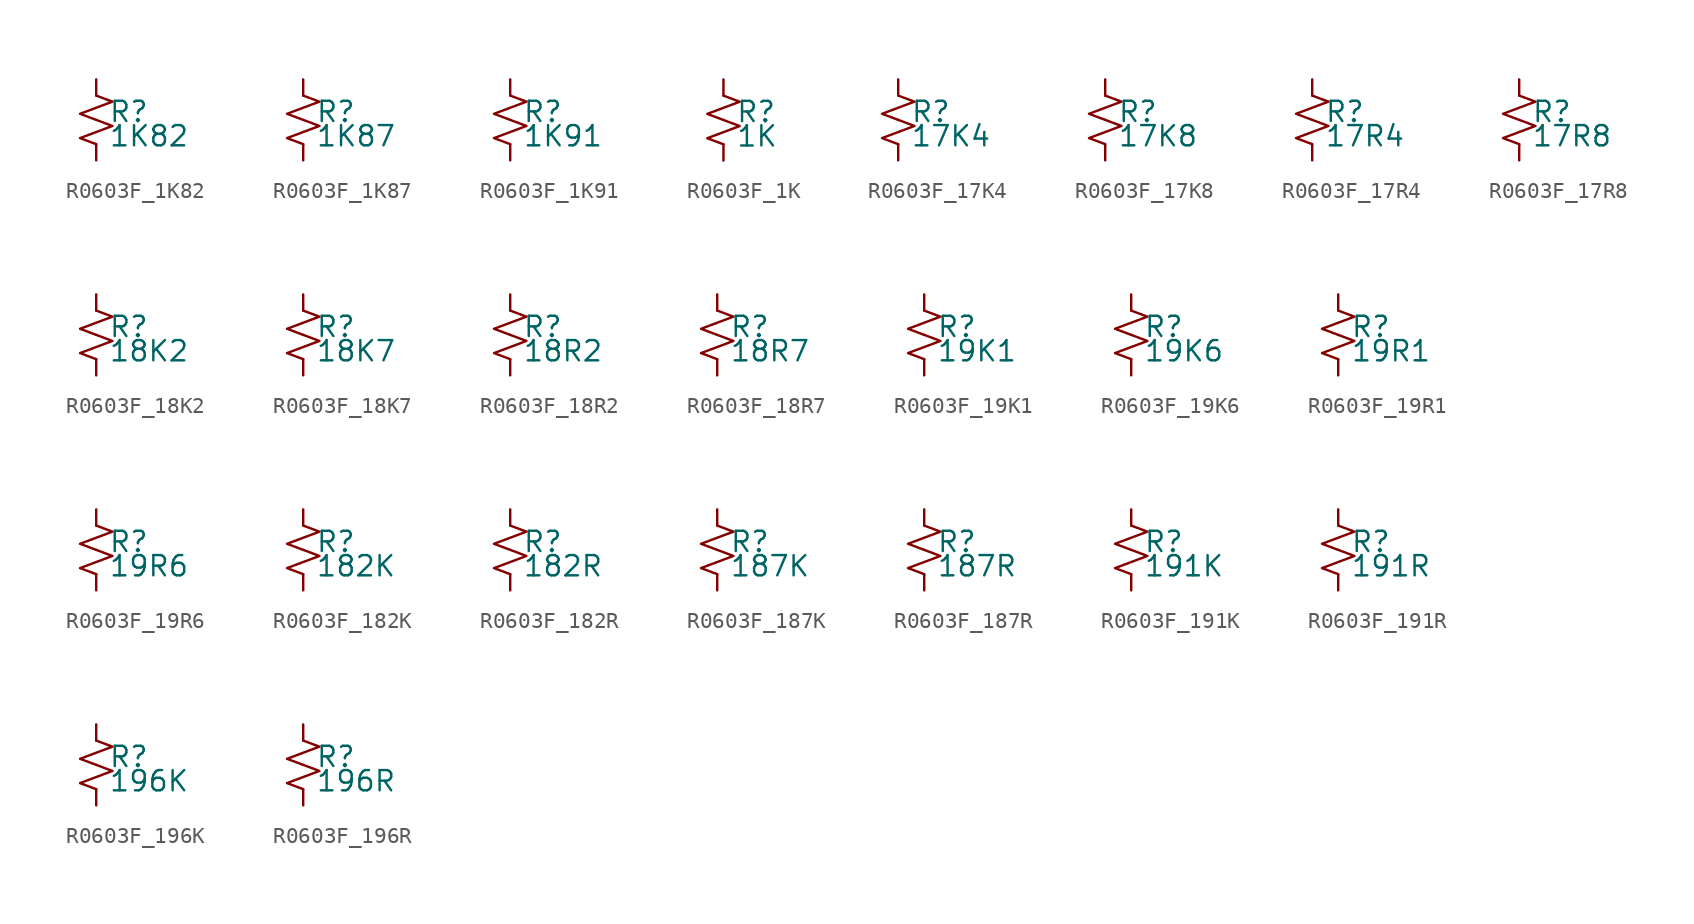
<source format=kicad_sym>
(kicad_symbol_lib
  (version 20220914)
  (generator kicad_symbol_editor)
  (symbol "R0603F_1K82"
    (pin_numbers hide)
    (pin_names
      (offset 0.254) hide)
    (property "Reference" "R"
      (at 0.762 0.508 0)
      (effects (font (size 1.27 1.27)) (justify left)))
    (property "Value" "1K82"
      (at 0.762 -1.016 0)
      (effects (font (size 1.27 1.27)) (justify left)))
    (symbol "R0603F_1K82_1_1"
      (polyline (pts (xy 0 0) (xy 1.016 -0.381) (xy 0 -0.762) (xy -1.016 -1.143) (xy 0 -1.524)) (stroke (width 0) (type default)) (fill (type none)))
      (polyline (pts (xy 0 1.524) (xy 1.016 1.143) (xy 0 0.762) (xy -1.016 0.381) (xy 0 0)) (stroke (width 0) (type default)) (fill (type none)))
      (pin passive line (at 0 2.54 270) (length 1.016) (name "~" (effects (font (size 1.27 1.27)))) (number "1" (effects (font (size 1.27 1.27)))))
      (pin passive line (at 0 -2.54 90) (length 1.016) (name "~" (effects (font (size 1.27 1.27)))) (number "2" (effects (font (size 1.27 1.27)))))))
  (symbol "R0603F_1K87"
    (pin_numbers hide)
    (pin_names
      (offset 0.254) hide)
    (property "Reference" "R"
      (at 0.762 0.508 0)
      (effects (font (size 1.27 1.27)) (justify left)))
    (property "Value" "1K87"
      (at 0.762 -1.016 0)
      (effects (font (size 1.27 1.27)) (justify left)))
    (symbol "R0603F_1K87_1_1"
      (polyline (pts (xy 0 0) (xy 1.016 -0.381) (xy 0 -0.762) (xy -1.016 -1.143) (xy 0 -1.524)) (stroke (width 0) (type default)) (fill (type none)))
      (polyline (pts (xy 0 1.524) (xy 1.016 1.143) (xy 0 0.762) (xy -1.016 0.381) (xy 0 0)) (stroke (width 0) (type default)) (fill (type none)))
      (pin passive line (at 0 2.54 270) (length 1.016) (name "~" (effects (font (size 1.27 1.27)))) (number "1" (effects (font (size 1.27 1.27)))))
      (pin passive line (at 0 -2.54 90) (length 1.016) (name "~" (effects (font (size 1.27 1.27)))) (number "2" (effects (font (size 1.27 1.27)))))))
  (symbol "R0603F_1K91"
    (pin_numbers hide)
    (pin_names
      (offset 0.254) hide)
    (property "Reference" "R"
      (at 0.762 0.508 0)
      (effects (font (size 1.27 1.27)) (justify left)))
    (property "Value" "1K91"
      (at 0.762 -1.016 0)
      (effects (font (size 1.27 1.27)) (justify left)))
    (symbol "R0603F_1K91_1_1"
      (polyline (pts (xy 0 0) (xy 1.016 -0.381) (xy 0 -0.762) (xy -1.016 -1.143) (xy 0 -1.524)) (stroke (width 0) (type default)) (fill (type none)))
      (polyline (pts (xy 0 1.524) (xy 1.016 1.143) (xy 0 0.762) (xy -1.016 0.381) (xy 0 0)) (stroke (width 0) (type default)) (fill (type none)))
      (pin passive line (at 0 2.54 270) (length 1.016) (name "~" (effects (font (size 1.27 1.27)))) (number "1" (effects (font (size 1.27 1.27)))))
      (pin passive line (at 0 -2.54 90) (length 1.016) (name "~" (effects (font (size 1.27 1.27)))) (number "2" (effects (font (size 1.27 1.27)))))))
  (symbol "R0603F_1K"
    (pin_numbers hide)
    (pin_names
      (offset 0.254) hide)
    (property "Reference" "R"
      (at 0.762 0.508 0)
      (effects (font (size 1.27 1.27)) (justify left)))
    (property "Value" "1K"
      (at 0.762 -1.016 0)
      (effects (font (size 1.27 1.27)) (justify left)))
    (symbol "R0603F_1K_1_1"
      (polyline (pts (xy 0 0) (xy 1.016 -0.381) (xy 0 -0.762) (xy -1.016 -1.143) (xy 0 -1.524)) (stroke (width 0) (type default)) (fill (type none)))
      (polyline (pts (xy 0 1.524) (xy 1.016 1.143) (xy 0 0.762) (xy -1.016 0.381) (xy 0 0)) (stroke (width 0) (type default)) (fill (type none)))
      (pin passive line (at 0 2.54 270) (length 1.016) (name "~" (effects (font (size 1.27 1.27)))) (number "1" (effects (font (size 1.27 1.27)))))
      (pin passive line (at 0 -2.54 90) (length 1.016) (name "~" (effects (font (size 1.27 1.27)))) (number "2" (effects (font (size 1.27 1.27)))))))
  (symbol "R0603F_17K4"
    (pin_numbers hide)
    (pin_names
      (offset 0.254) hide)
    (property "Reference" "R"
      (at 0.762 0.508 0)
      (effects (font (size 1.27 1.27)) (justify left)))
    (property "Value" "17K4"
      (at 0.762 -1.016 0)
      (effects (font (size 1.27 1.27)) (justify left)))
    (symbol "R0603F_17K4_1_1"
      (polyline (pts (xy 0 0) (xy 1.016 -0.381) (xy 0 -0.762) (xy -1.016 -1.143) (xy 0 -1.524)) (stroke (width 0) (type default)) (fill (type none)))
      (polyline (pts (xy 0 1.524) (xy 1.016 1.143) (xy 0 0.762) (xy -1.016 0.381) (xy 0 0)) (stroke (width 0) (type default)) (fill (type none)))
      (pin passive line (at 0 2.54 270) (length 1.016) (name "~" (effects (font (size 1.27 1.27)))) (number "1" (effects (font (size 1.27 1.27)))))
      (pin passive line (at 0 -2.54 90) (length 1.016) (name "~" (effects (font (size 1.27 1.27)))) (number "2" (effects (font (size 1.27 1.27)))))))
  (symbol "R0603F_17K8"
    (pin_numbers hide)
    (pin_names
      (offset 0.254) hide)
    (property "Reference" "R"
      (at 0.762 0.508 0)
      (effects (font (size 1.27 1.27)) (justify left)))
    (property "Value" "17K8"
      (at 0.762 -1.016 0)
      (effects (font (size 1.27 1.27)) (justify left)))
    (symbol "R0603F_17K8_1_1"
      (polyline (pts (xy 0 0) (xy 1.016 -0.381) (xy 0 -0.762) (xy -1.016 -1.143) (xy 0 -1.524)) (stroke (width 0) (type default)) (fill (type none)))
      (polyline (pts (xy 0 1.524) (xy 1.016 1.143) (xy 0 0.762) (xy -1.016 0.381) (xy 0 0)) (stroke (width 0) (type default)) (fill (type none)))
      (pin passive line (at 0 2.54 270) (length 1.016) (name "~" (effects (font (size 1.27 1.27)))) (number "1" (effects (font (size 1.27 1.27)))))
      (pin passive line (at 0 -2.54 90) (length 1.016) (name "~" (effects (font (size 1.27 1.27)))) (number "2" (effects (font (size 1.27 1.27)))))))
  (symbol "R0603F_17R4"
    (pin_numbers hide)
    (pin_names
      (offset 0.254) hide)
    (property "Reference" "R"
      (at 0.762 0.508 0)
      (effects (font (size 1.27 1.27)) (justify left)))
    (property "Value" "17R4"
      (at 0.762 -1.016 0)
      (effects (font (size 1.27 1.27)) (justify left)))
    (symbol "R0603F_17R4_1_1"
      (polyline (pts (xy 0 0) (xy 1.016 -0.381) (xy 0 -0.762) (xy -1.016 -1.143) (xy 0 -1.524)) (stroke (width 0) (type default)) (fill (type none)))
      (polyline (pts (xy 0 1.524) (xy 1.016 1.143) (xy 0 0.762) (xy -1.016 0.381) (xy 0 0)) (stroke (width 0) (type default)) (fill (type none)))
      (pin passive line (at 0 2.54 270) (length 1.016) (name "~" (effects (font (size 1.27 1.27)))) (number "1" (effects (font (size 1.27 1.27)))))
      (pin passive line (at 0 -2.54 90) (length 1.016) (name "~" (effects (font (size 1.27 1.27)))) (number "2" (effects (font (size 1.27 1.27)))))))
  (symbol "R0603F_17R8"
    (pin_numbers hide)
    (pin_names
      (offset 0.254) hide)
    (property "Reference" "R"
      (at 0.762 0.508 0)
      (effects (font (size 1.27 1.27)) (justify left)))
    (property "Value" "17R8"
      (at 0.762 -1.016 0)
      (effects (font (size 1.27 1.27)) (justify left)))
    (symbol "R0603F_17R8_1_1"
      (polyline (pts (xy 0 0) (xy 1.016 -0.381) (xy 0 -0.762) (xy -1.016 -1.143) (xy 0 -1.524)) (stroke (width 0) (type default)) (fill (type none)))
      (polyline (pts (xy 0 1.524) (xy 1.016 1.143) (xy 0 0.762) (xy -1.016 0.381) (xy 0 0)) (stroke (width 0) (type default)) (fill (type none)))
      (pin passive line (at 0 2.54 270) (length 1.016) (name "~" (effects (font (size 1.27 1.27)))) (number "1" (effects (font (size 1.27 1.27)))))
      (pin passive line (at 0 -2.54 90) (length 1.016) (name "~" (effects (font (size 1.27 1.27)))) (number "2" (effects (font (size 1.27 1.27)))))))
  (symbol "R0603F_18K2"
    (pin_numbers hide)
    (pin_names
      (offset 0.254) hide)
    (property "Reference" "R"
      (at 0.762 0.508 0)
      (effects (font (size 1.27 1.27)) (justify left)))
    (property "Value" "18K2"
      (at 0.762 -1.016 0)
      (effects (font (size 1.27 1.27)) (justify left)))
    (symbol "R0603F_18K2_1_1"
      (polyline (pts (xy 0 0) (xy 1.016 -0.381) (xy 0 -0.762) (xy -1.016 -1.143) (xy 0 -1.524)) (stroke (width 0) (type default)) (fill (type none)))
      (polyline (pts (xy 0 1.524) (xy 1.016 1.143) (xy 0 0.762) (xy -1.016 0.381) (xy 0 0)) (stroke (width 0) (type default)) (fill (type none)))
      (pin passive line (at 0 2.54 270) (length 1.016) (name "~" (effects (font (size 1.27 1.27)))) (number "1" (effects (font (size 1.27 1.27)))))
      (pin passive line (at 0 -2.54 90) (length 1.016) (name "~" (effects (font (size 1.27 1.27)))) (number "2" (effects (font (size 1.27 1.27)))))))
  (symbol "R0603F_18K7"
    (pin_numbers hide)
    (pin_names
      (offset 0.254) hide)
    (property "Reference" "R"
      (at 0.762 0.508 0)
      (effects (font (size 1.27 1.27)) (justify left)))
    (property "Value" "18K7"
      (at 0.762 -1.016 0)
      (effects (font (size 1.27 1.27)) (justify left)))
    (symbol "R0603F_18K7_1_1"
      (polyline (pts (xy 0 0) (xy 1.016 -0.381) (xy 0 -0.762) (xy -1.016 -1.143) (xy 0 -1.524)) (stroke (width 0) (type default)) (fill (type none)))
      (polyline (pts (xy 0 1.524) (xy 1.016 1.143) (xy 0 0.762) (xy -1.016 0.381) (xy 0 0)) (stroke (width 0) (type default)) (fill (type none)))
      (pin passive line (at 0 2.54 270) (length 1.016) (name "~" (effects (font (size 1.27 1.27)))) (number "1" (effects (font (size 1.27 1.27)))))
      (pin passive line (at 0 -2.54 90) (length 1.016) (name "~" (effects (font (size 1.27 1.27)))) (number "2" (effects (font (size 1.27 1.27)))))))
  (symbol "R0603F_18R2"
    (pin_numbers hide)
    (pin_names
      (offset 0.254) hide)
    (property "Reference" "R"
      (at 0.762 0.508 0)
      (effects (font (size 1.27 1.27)) (justify left)))
    (property "Value" "18R2"
      (at 0.762 -1.016 0)
      (effects (font (size 1.27 1.27)) (justify left)))
    (symbol "R0603F_18R2_1_1"
      (polyline (pts (xy 0 0) (xy 1.016 -0.381) (xy 0 -0.762) (xy -1.016 -1.143) (xy 0 -1.524)) (stroke (width 0) (type default)) (fill (type none)))
      (polyline (pts (xy 0 1.524) (xy 1.016 1.143) (xy 0 0.762) (xy -1.016 0.381) (xy 0 0)) (stroke (width 0) (type default)) (fill (type none)))
      (pin passive line (at 0 2.54 270) (length 1.016) (name "~" (effects (font (size 1.27 1.27)))) (number "1" (effects (font (size 1.27 1.27)))))
      (pin passive line (at 0 -2.54 90) (length 1.016) (name "~" (effects (font (size 1.27 1.27)))) (number "2" (effects (font (size 1.27 1.27)))))))
  (symbol "R0603F_18R7"
    (pin_numbers hide)
    (pin_names
      (offset 0.254) hide)
    (property "Reference" "R"
      (at 0.762 0.508 0)
      (effects (font (size 1.27 1.27)) (justify left)))
    (property "Value" "18R7"
      (at 0.762 -1.016 0)
      (effects (font (size 1.27 1.27)) (justify left)))
    (symbol "R0603F_18R7_1_1"
      (polyline (pts (xy 0 0) (xy 1.016 -0.381) (xy 0 -0.762) (xy -1.016 -1.143) (xy 0 -1.524)) (stroke (width 0) (type default)) (fill (type none)))
      (polyline (pts (xy 0 1.524) (xy 1.016 1.143) (xy 0 0.762) (xy -1.016 0.381) (xy 0 0)) (stroke (width 0) (type default)) (fill (type none)))
      (pin passive line (at 0 2.54 270) (length 1.016) (name "~" (effects (font (size 1.27 1.27)))) (number "1" (effects (font (size 1.27 1.27)))))
      (pin passive line (at 0 -2.54 90) (length 1.016) (name "~" (effects (font (size 1.27 1.27)))) (number "2" (effects (font (size 1.27 1.27)))))))
  (symbol "R0603F_19K1"
    (pin_numbers hide)
    (pin_names
      (offset 0.254) hide)
    (property "Reference" "R"
      (at 0.762 0.508 0)
      (effects (font (size 1.27 1.27)) (justify left)))
    (property "Value" "19K1"
      (at 0.762 -1.016 0)
      (effects (font (size 1.27 1.27)) (justify left)))
    (symbol "R0603F_19K1_1_1"
      (polyline (pts (xy 0 0) (xy 1.016 -0.381) (xy 0 -0.762) (xy -1.016 -1.143) (xy 0 -1.524)) (stroke (width 0) (type default)) (fill (type none)))
      (polyline (pts (xy 0 1.524) (xy 1.016 1.143) (xy 0 0.762) (xy -1.016 0.381) (xy 0 0)) (stroke (width 0) (type default)) (fill (type none)))
      (pin passive line (at 0 2.54 270) (length 1.016) (name "~" (effects (font (size 1.27 1.27)))) (number "1" (effects (font (size 1.27 1.27)))))
      (pin passive line (at 0 -2.54 90) (length 1.016) (name "~" (effects (font (size 1.27 1.27)))) (number "2" (effects (font (size 1.27 1.27)))))))
  (symbol "R0603F_19K6"
    (pin_numbers hide)
    (pin_names
      (offset 0.254) hide)
    (property "Reference" "R"
      (at 0.762 0.508 0)
      (effects (font (size 1.27 1.27)) (justify left)))
    (property "Value" "19K6"
      (at 0.762 -1.016 0)
      (effects (font (size 1.27 1.27)) (justify left)))
    (symbol "R0603F_19K6_1_1"
      (polyline (pts (xy 0 0) (xy 1.016 -0.381) (xy 0 -0.762) (xy -1.016 -1.143) (xy 0 -1.524)) (stroke (width 0) (type default)) (fill (type none)))
      (polyline (pts (xy 0 1.524) (xy 1.016 1.143) (xy 0 0.762) (xy -1.016 0.381) (xy 0 0)) (stroke (width 0) (type default)) (fill (type none)))
      (pin passive line (at 0 2.54 270) (length 1.016) (name "~" (effects (font (size 1.27 1.27)))) (number "1" (effects (font (size 1.27 1.27)))))
      (pin passive line (at 0 -2.54 90) (length 1.016) (name "~" (effects (font (size 1.27 1.27)))) (number "2" (effects (font (size 1.27 1.27)))))))
  (symbol "R0603F_19R1"
    (pin_numbers hide)
    (pin_names
      (offset 0.254) hide)
    (property "Reference" "R"
      (at 0.762 0.508 0)
      (effects (font (size 1.27 1.27)) (justify left)))
    (property "Value" "19R1"
      (at 0.762 -1.016 0)
      (effects (font (size 1.27 1.27)) (justify left)))
    (symbol "R0603F_19R1_1_1"
      (polyline (pts (xy 0 0) (xy 1.016 -0.381) (xy 0 -0.762) (xy -1.016 -1.143) (xy 0 -1.524)) (stroke (width 0) (type default)) (fill (type none)))
      (polyline (pts (xy 0 1.524) (xy 1.016 1.143) (xy 0 0.762) (xy -1.016 0.381) (xy 0 0)) (stroke (width 0) (type default)) (fill (type none)))
      (pin passive line (at 0 2.54 270) (length 1.016) (name "~" (effects (font (size 1.27 1.27)))) (number "1" (effects (font (size 1.27 1.27)))))
      (pin passive line (at 0 -2.54 90) (length 1.016) (name "~" (effects (font (size 1.27 1.27)))) (number "2" (effects (font (size 1.27 1.27)))))))
  (symbol "R0603F_19R6"
    (pin_numbers hide)
    (pin_names
      (offset 0.254) hide)
    (property "Reference" "R"
      (at 0.762 0.508 0)
      (effects (font (size 1.27 1.27)) (justify left)))
    (property "Value" "19R6"
      (at 0.762 -1.016 0)
      (effects (font (size 1.27 1.27)) (justify left)))
    (symbol "R0603F_19R6_1_1"
      (polyline (pts (xy 0 0) (xy 1.016 -0.381) (xy 0 -0.762) (xy -1.016 -1.143) (xy 0 -1.524)) (stroke (width 0) (type default)) (fill (type none)))
      (polyline (pts (xy 0 1.524) (xy 1.016 1.143) (xy 0 0.762) (xy -1.016 0.381) (xy 0 0)) (stroke (width 0) (type default)) (fill (type none)))
      (pin passive line (at 0 2.54 270) (length 1.016) (name "~" (effects (font (size 1.27 1.27)))) (number "1" (effects (font (size 1.27 1.27)))))
      (pin passive line (at 0 -2.54 90) (length 1.016) (name "~" (effects (font (size 1.27 1.27)))) (number "2" (effects (font (size 1.27 1.27)))))))
  (symbol "R0603F_182K"
    (pin_numbers hide)
    (pin_names
      (offset 0.254) hide)
    (property "Reference" "R"
      (at 0.762 0.508 0)
      (effects (font (size 1.27 1.27)) (justify left)))
    (property "Value" "182K"
      (at 0.762 -1.016 0)
      (effects (font (size 1.27 1.27)) (justify left)))
    (symbol "R0603F_182K_1_1"
      (polyline (pts (xy 0 0) (xy 1.016 -0.381) (xy 0 -0.762) (xy -1.016 -1.143) (xy 0 -1.524)) (stroke (width 0) (type default)) (fill (type none)))
      (polyline (pts (xy 0 1.524) (xy 1.016 1.143) (xy 0 0.762) (xy -1.016 0.381) (xy 0 0)) (stroke (width 0) (type default)) (fill (type none)))
      (pin passive line (at 0 2.54 270) (length 1.016) (name "~" (effects (font (size 1.27 1.27)))) (number "1" (effects (font (size 1.27 1.27)))))
      (pin passive line (at 0 -2.54 90) (length 1.016) (name "~" (effects (font (size 1.27 1.27)))) (number "2" (effects (font (size 1.27 1.27)))))))
  (symbol "R0603F_182R"
    (pin_numbers hide)
    (pin_names
      (offset 0.254) hide)
    (property "Reference" "R"
      (at 0.762 0.508 0)
      (effects (font (size 1.27 1.27)) (justify left)))
    (property "Value" "182R"
      (at 0.762 -1.016 0)
      (effects (font (size 1.27 1.27)) (justify left)))
    (symbol "R0603F_182R_1_1"
      (polyline (pts (xy 0 0) (xy 1.016 -0.381) (xy 0 -0.762) (xy -1.016 -1.143) (xy 0 -1.524)) (stroke (width 0) (type default)) (fill (type none)))
      (polyline (pts (xy 0 1.524) (xy 1.016 1.143) (xy 0 0.762) (xy -1.016 0.381) (xy 0 0)) (stroke (width 0) (type default)) (fill (type none)))
      (pin passive line (at 0 2.54 270) (length 1.016) (name "~" (effects (font (size 1.27 1.27)))) (number "1" (effects (font (size 1.27 1.27)))))
      (pin passive line (at 0 -2.54 90) (length 1.016) (name "~" (effects (font (size 1.27 1.27)))) (number "2" (effects (font (size 1.27 1.27)))))))
  (symbol "R0603F_187K"
    (pin_numbers hide)
    (pin_names
      (offset 0.254) hide)
    (property "Reference" "R"
      (at 0.762 0.508 0)
      (effects (font (size 1.27 1.27)) (justify left)))
    (property "Value" "187K"
      (at 0.762 -1.016 0)
      (effects (font (size 1.27 1.27)) (justify left)))
    (symbol "R0603F_187K_1_1"
      (polyline (pts (xy 0 0) (xy 1.016 -0.381) (xy 0 -0.762) (xy -1.016 -1.143) (xy 0 -1.524)) (stroke (width 0) (type default)) (fill (type none)))
      (polyline (pts (xy 0 1.524) (xy 1.016 1.143) (xy 0 0.762) (xy -1.016 0.381) (xy 0 0)) (stroke (width 0) (type default)) (fill (type none)))
      (pin passive line (at 0 2.54 270) (length 1.016) (name "~" (effects (font (size 1.27 1.27)))) (number "1" (effects (font (size 1.27 1.27)))))
      (pin passive line (at 0 -2.54 90) (length 1.016) (name "~" (effects (font (size 1.27 1.27)))) (number "2" (effects (font (size 1.27 1.27)))))))
  (symbol "R0603F_187R"
    (pin_numbers hide)
    (pin_names
      (offset 0.254) hide)
    (property "Reference" "R"
      (at 0.762 0.508 0)
      (effects (font (size 1.27 1.27)) (justify left)))
    (property "Value" "187R"
      (at 0.762 -1.016 0)
      (effects (font (size 1.27 1.27)) (justify left)))
    (symbol "R0603F_187R_1_1"
      (polyline (pts (xy 0 0) (xy 1.016 -0.381) (xy 0 -0.762) (xy -1.016 -1.143) (xy 0 -1.524)) (stroke (width 0) (type default)) (fill (type none)))
      (polyline (pts (xy 0 1.524) (xy 1.016 1.143) (xy 0 0.762) (xy -1.016 0.381) (xy 0 0)) (stroke (width 0) (type default)) (fill (type none)))
      (pin passive line (at 0 2.54 270) (length 1.016) (name "~" (effects (font (size 1.27 1.27)))) (number "1" (effects (font (size 1.27 1.27)))))
      (pin passive line (at 0 -2.54 90) (length 1.016) (name "~" (effects (font (size 1.27 1.27)))) (number "2" (effects (font (size 1.27 1.27)))))))
  (symbol "R0603F_191K"
    (pin_numbers hide)
    (pin_names
      (offset 0.254) hide)
    (property "Reference" "R"
      (at 0.762 0.508 0)
      (effects (font (size 1.27 1.27)) (justify left)))
    (property "Value" "191K"
      (at 0.762 -1.016 0)
      (effects (font (size 1.27 1.27)) (justify left)))
    (symbol "R0603F_191K_1_1"
      (polyline (pts (xy 0 0) (xy 1.016 -0.381) (xy 0 -0.762) (xy -1.016 -1.143) (xy 0 -1.524)) (stroke (width 0) (type default)) (fill (type none)))
      (polyline (pts (xy 0 1.524) (xy 1.016 1.143) (xy 0 0.762) (xy -1.016 0.381) (xy 0 0)) (stroke (width 0) (type default)) (fill (type none)))
      (pin passive line (at 0 2.54 270) (length 1.016) (name "~" (effects (font (size 1.27 1.27)))) (number "1" (effects (font (size 1.27 1.27)))))
      (pin passive line (at 0 -2.54 90) (length 1.016) (name "~" (effects (font (size 1.27 1.27)))) (number "2" (effects (font (size 1.27 1.27)))))))
  (symbol "R0603F_191R"
    (pin_numbers hide)
    (pin_names
      (offset 0.254) hide)
    (property "Reference" "R"
      (at 0.762 0.508 0)
      (effects (font (size 1.27 1.27)) (justify left)))
    (property "Value" "191R"
      (at 0.762 -1.016 0)
      (effects (font (size 1.27 1.27)) (justify left)))
    (symbol "R0603F_191R_1_1"
      (polyline (pts (xy 0 0) (xy 1.016 -0.381) (xy 0 -0.762) (xy -1.016 -1.143) (xy 0 -1.524)) (stroke (width 0) (type default)) (fill (type none)))
      (polyline (pts (xy 0 1.524) (xy 1.016 1.143) (xy 0 0.762) (xy -1.016 0.381) (xy 0 0)) (stroke (width 0) (type default)) (fill (type none)))
      (pin passive line (at 0 2.54 270) (length 1.016) (name "~" (effects (font (size 1.27 1.27)))) (number "1" (effects (font (size 1.27 1.27)))))
      (pin passive line (at 0 -2.54 90) (length 1.016) (name "~" (effects (font (size 1.27 1.27)))) (number "2" (effects (font (size 1.27 1.27)))))))
  (symbol "R0603F_196K"
    (pin_numbers hide)
    (pin_names
      (offset 0.254) hide)
    (property "Reference" "R"
      (at 0.762 0.508 0)
      (effects (font (size 1.27 1.27)) (justify left)))
    (property "Value" "196K"
      (at 0.762 -1.016 0)
      (effects (font (size 1.27 1.27)) (justify left)))
    (symbol "R0603F_196K_1_1"
      (polyline (pts (xy 0 0) (xy 1.016 -0.381) (xy 0 -0.762) (xy -1.016 -1.143) (xy 0 -1.524)) (stroke (width 0) (type default)) (fill (type none)))
      (polyline (pts (xy 0 1.524) (xy 1.016 1.143) (xy 0 0.762) (xy -1.016 0.381) (xy 0 0)) (stroke (width 0) (type default)) (fill (type none)))
      (pin passive line (at 0 2.54 270) (length 1.016) (name "~" (effects (font (size 1.27 1.27)))) (number "1" (effects (font (size 1.27 1.27)))))
      (pin passive line (at 0 -2.54 90) (length 1.016) (name "~" (effects (font (size 1.27 1.27)))) (number "2" (effects (font (size 1.27 1.27)))))))
  (symbol "R0603F_196R"
    (pin_numbers hide)
    (pin_names
      (offset 0.254) hide)
    (property "Reference" "R"
      (at 0.762 0.508 0)
      (effects (font (size 1.27 1.27)) (justify left)))
    (property "Value" "196R"
      (at 0.762 -1.016 0)
      (effects (font (size 1.27 1.27)) (justify left)))
    (symbol "R0603F_196R_1_1"
      (polyline (pts (xy 0 0) (xy 1.016 -0.381) (xy 0 -0.762) (xy -1.016 -1.143) (xy 0 -1.524)) (stroke (width 0) (type default)) (fill (type none)))
      (polyline (pts (xy 0 1.524) (xy 1.016 1.143) (xy 0 0.762) (xy -1.016 0.381) (xy 0 0)) (stroke (width 0) (type default)) (fill (type none)))
      (pin passive line (at 0 2.54 270) (length 1.016) (name "~" (effects (font (size 1.27 1.27)))) (number "1" (effects (font (size 1.27 1.27)))))
      (pin passive line (at 0 -2.54 90) (length 1.016) (name "~" (effects (font (size 1.27 1.27)))) (number "2" (effects (font (size 1.27 1.27))))))))
</source>
